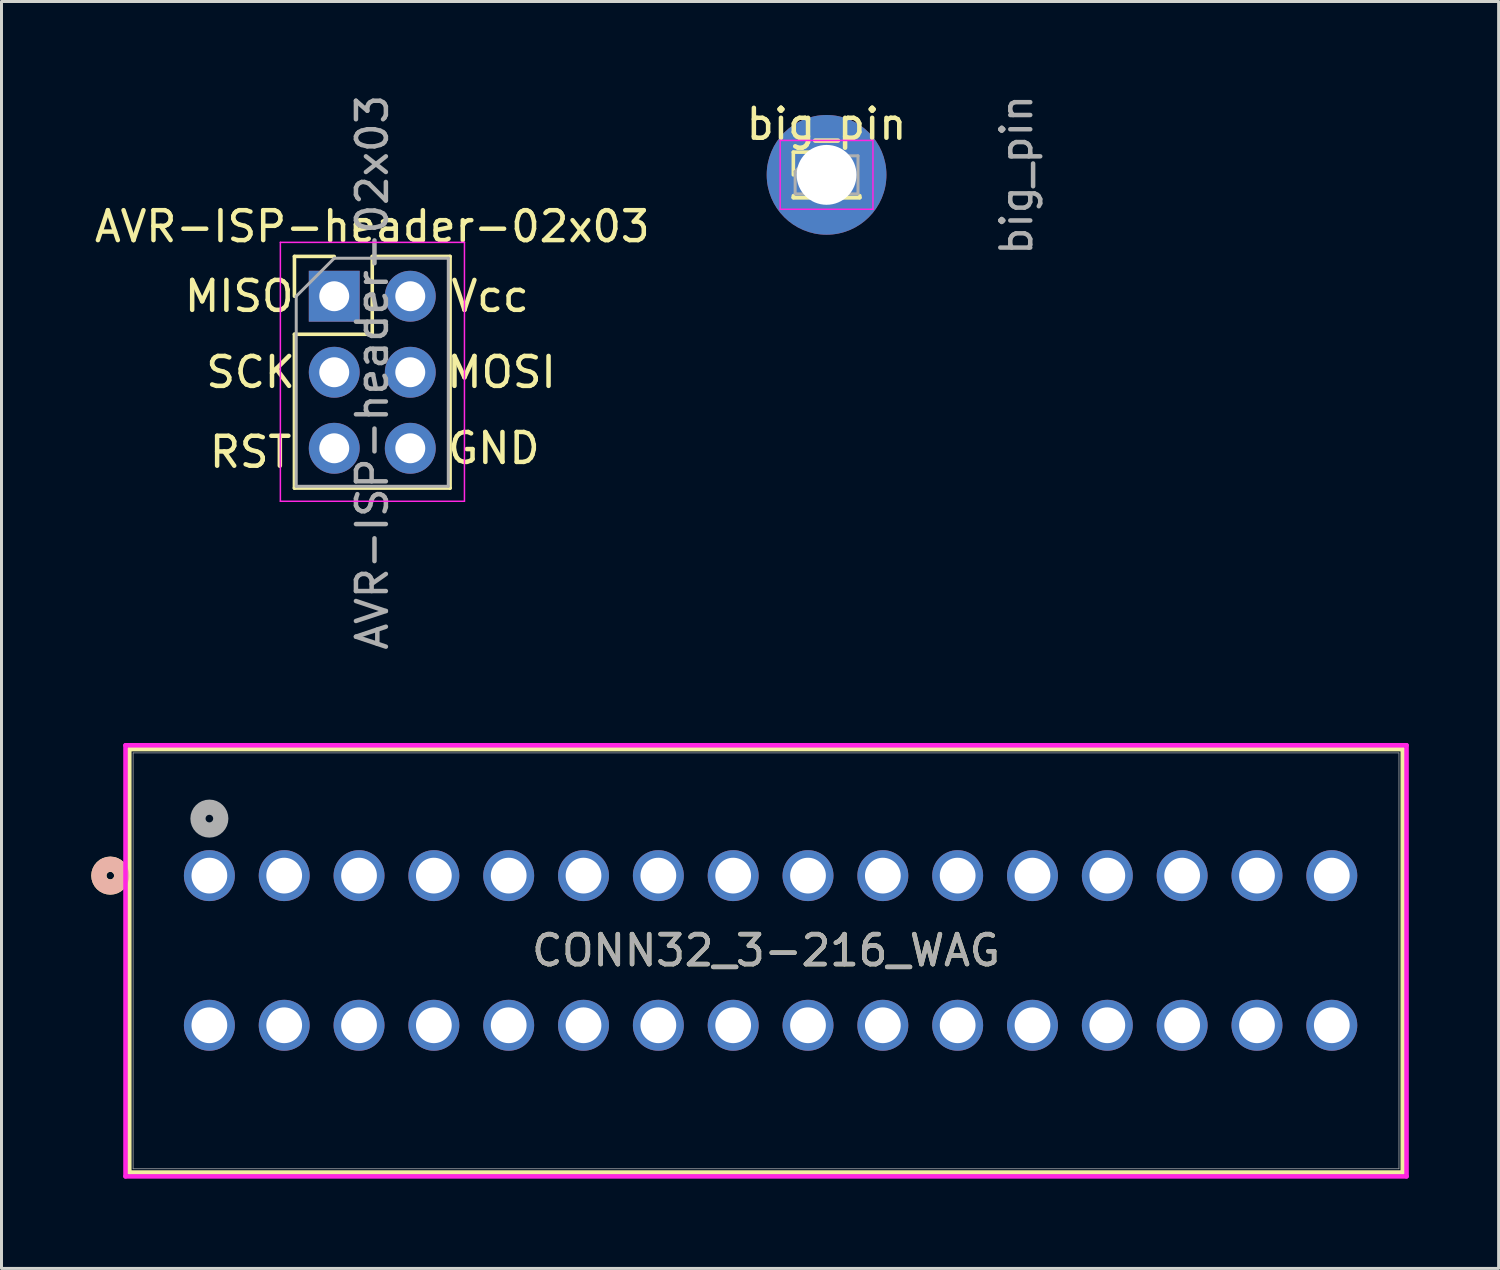
<source format=kicad_pcb>
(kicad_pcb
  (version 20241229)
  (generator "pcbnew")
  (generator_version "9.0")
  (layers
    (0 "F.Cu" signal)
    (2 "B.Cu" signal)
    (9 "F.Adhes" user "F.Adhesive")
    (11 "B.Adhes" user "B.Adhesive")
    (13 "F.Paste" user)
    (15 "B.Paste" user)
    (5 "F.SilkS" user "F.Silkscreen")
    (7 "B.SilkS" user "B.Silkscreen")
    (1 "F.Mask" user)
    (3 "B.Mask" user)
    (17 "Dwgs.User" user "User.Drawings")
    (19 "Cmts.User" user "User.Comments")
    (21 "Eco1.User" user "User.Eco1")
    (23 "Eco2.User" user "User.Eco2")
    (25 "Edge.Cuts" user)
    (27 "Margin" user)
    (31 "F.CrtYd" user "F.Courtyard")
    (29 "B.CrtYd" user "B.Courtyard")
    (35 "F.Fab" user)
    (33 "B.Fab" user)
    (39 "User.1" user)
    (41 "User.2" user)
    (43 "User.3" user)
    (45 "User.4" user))
  (footprint "CONN32_3-216_WAG"
    (layer "F.Cu")
    (at 3.945 26.204)
    (property "Reference" "CONN32_3-216_WAG" (at 18.598 2.5 0) (unlocked yes) (layer "F.SilkS") (effects (font (size 1 1) (thickness 0.15))))
    (attr through_hole)
    (fp_line (start -2.675 -4.227) (end -2.675 9.921) (stroke (width 0.152) (type solid)) (layer "F.SilkS"))
    (fp_line (start -2.675 9.921) (end 39.87 9.921) (stroke (width 0.152) (type solid)) (layer "F.SilkS"))
    (fp_line (start 39.87 -4.227) (end -2.675 -4.227) (stroke (width 0.152) (type solid)) (layer "F.SilkS"))
    (fp_line (start 39.87 9.921) (end 39.87 -4.227) (stroke (width 0.152) (type solid)) (layer "F.SilkS"))
    (fp_circle (center -3.31 0) (end -2.929 0) (stroke (width 0.508) (type solid)) (fill no) (layer "F.SilkS"))
    (fp_circle (center -3.31 0) (end -2.929 0) (stroke (width 0.508) (type solid)) (fill no) (layer "B.SilkS"))
    (fp_line (start -2.802 -4.354) (end -2.802 10.048) (stroke (width 0.152) (type solid)) (layer "F.CrtYd"))
    (fp_line (start -2.802 10.048) (end 39.997 10.048) (stroke (width 0.152) (type solid)) (layer "F.CrtYd"))
    (fp_line (start 39.997 -4.354) (end -2.802 -4.354) (stroke (width 0.152) (type solid)) (layer "F.CrtYd"))
    (fp_line (start 39.997 10.048) (end 39.997 -4.354) (stroke (width 0.152) (type solid)) (layer "F.CrtYd"))
    (fp_line (start -2.548 -4.1) (end -2.548 9.794) (stroke (width 0.025) (type solid)) (layer "F.Fab"))
    (fp_line (start -2.548 9.794) (end 39.743 9.794) (stroke (width 0.025) (type solid)) (layer "F.Fab"))
    (fp_line (start 39.743 -4.1) (end -2.548 -4.1) (stroke (width 0.025) (type solid)) (layer "F.Fab"))
    (fp_line (start 39.743 9.794) (end 39.743 -4.1) (stroke (width 0.025) (type solid)) (layer "F.Fab"))
    (fp_circle (center 0 -1.905) (end 0.381 -1.905) (stroke (width 0.508) (type solid)) (fill no) (layer "F.Fab"))
    (fp_text user "${REFERENCE}" (at 18.598 2.5 0) (unlocked yes) (layer "F.Fab") (effects (font (size 1 1) (thickness 0.15))))
    (pad "1" thru_hole circle (at 0 0) (size 1.702 1.702) (drill 1.194) (layers "*.Cu" "*.Mask"))
    (pad "2" thru_hole circle (at 0 5) (size 1.702 1.702) (drill 1.194) (layers "*.Cu" "*.Mask"))
    (pad "3" thru_hole circle (at 2.5 0) (size 1.702 1.702) (drill 1.194) (layers "*.Cu" "*.Mask"))
    (pad "4" thru_hole circle (at 2.5 5) (size 1.702 1.702) (drill 1.194) (layers "*.Cu" "*.Mask"))
    (pad "5" thru_hole circle (at 5 0) (size 1.702 1.702) (drill 1.194) (layers "*.Cu" "*.Mask"))
    (pad "6" thru_hole circle (at 5 5) (size 1.702 1.702) (drill 1.194) (layers "*.Cu" "*.Mask"))
    (pad "7" thru_hole circle (at 7.5 0) (size 1.702 1.702) (drill 1.194) (layers "*.Cu" "*.Mask"))
    (pad "8" thru_hole circle (at 7.5 5) (size 1.702 1.702) (drill 1.194) (layers "*.Cu" "*.Mask"))
    (pad "9" thru_hole circle (at 10 0) (size 1.702 1.702) (drill 1.194) (layers "*.Cu" "*.Mask"))
    (pad "10" thru_hole circle (at 10 5) (size 1.702 1.702) (drill 1.194) (layers "*.Cu" "*.Mask"))
    (pad "11" thru_hole circle (at 12.5 0) (size 1.702 1.702) (drill 1.194) (layers "*.Cu" "*.Mask"))
    (pad "12" thru_hole circle (at 12.5 5) (size 1.702 1.702) (drill 1.194) (layers "*.Cu" "*.Mask"))
    (pad "13" thru_hole circle (at 15 0) (size 1.702 1.702) (drill 1.194) (layers "*.Cu" "*.Mask"))
    (pad "14" thru_hole circle (at 15 5) (size 1.702 1.702) (drill 1.194) (layers "*.Cu" "*.Mask"))
    (pad "15" thru_hole circle (at 17.5 0) (size 1.702 1.702) (drill 1.194) (layers "*.Cu" "*.Mask"))
    (pad "16" thru_hole circle (at 17.5 5) (size 1.702 1.702) (drill 1.194) (layers "*.Cu" "*.Mask"))
    (pad "17" thru_hole circle (at 20 0) (size 1.702 1.702) (drill 1.194) (layers "*.Cu" "*.Mask"))
    (pad "18" thru_hole circle (at 20 5) (size 1.702 1.702) (drill 1.194) (layers "*.Cu" "*.Mask"))
    (pad "19" thru_hole circle (at 22.5 0) (size 1.702 1.702) (drill 1.194) (layers "*.Cu" "*.Mask"))
    (pad "20" thru_hole circle (at 22.5 5) (size 1.702 1.702) (drill 1.194) (layers "*.Cu" "*.Mask"))
    (pad "21" thru_hole circle (at 25 0) (size 1.702 1.702) (drill 1.194) (layers "*.Cu" "*.Mask"))
    (pad "22" thru_hole circle (at 25 5) (size 1.702 1.702) (drill 1.194) (layers "*.Cu" "*.Mask"))
    (pad "23" thru_hole circle (at 27.5 0) (size 1.702 1.702) (drill 1.194) (layers "*.Cu" "*.Mask"))
    (pad "24" thru_hole circle (at 27.5 5) (size 1.702 1.702) (drill 1.194) (layers "*.Cu" "*.Mask"))
    (pad "25" thru_hole circle (at 30 0) (size 1.702 1.702) (drill 1.194) (layers "*.Cu" "*.Mask"))
    (pad "26" thru_hole circle (at 30 5) (size 1.702 1.702) (drill 1.194) (layers "*.Cu" "*.Mask"))
    (pad "27" thru_hole circle (at 32.5 0) (size 1.702 1.702) (drill 1.194) (layers "*.Cu" "*.Mask"))
    (pad "28" thru_hole circle (at 32.5 5) (size 1.702 1.702) (drill 1.194) (layers "*.Cu" "*.Mask"))
    (pad "29" thru_hole circle (at 35 0) (size 1.702 1.702) (drill 1.194) (layers "*.Cu" "*.Mask"))
    (pad "30" thru_hole circle (at 35 5) (size 1.702 1.702) (drill 1.194) (layers "*.Cu" "*.Mask"))
    (pad "31" thru_hole circle (at 37.5 0) (size 1.702 1.702) (drill 1.194) (layers "*.Cu" "*.Mask"))
    (pad "32" thru_hole circle (at 37.5 5) (size 1.702 1.702) (drill 1.194) (layers "*.Cu" "*.Mask")))
  (footprint "AVR-ISP-header-02x03"
    (layer "F.Cu")
    (at 8.117 6.847)
    (property "Reference" "AVR-ISP-header-02x03" (at 1.27 -2.33 0) (layer "F.SilkS") (effects (font (size 1 1) (thickness 0.15))))
    (attr through_hole)
    (fp_line (start -1.33 -1.33) (end 0 -1.33) (stroke (width 0.12) (type solid)) (layer "F.SilkS"))
    (fp_line (start -1.33 0) (end -1.33 -1.33) (stroke (width 0.12) (type solid)) (layer "F.SilkS"))
    (fp_line (start -1.33 1.27) (end -1.33 6.41) (stroke (width 0.12) (type solid)) (layer "F.SilkS"))
    (fp_line (start -1.33 1.27) (end 1.27 1.27) (stroke (width 0.12) (type solid)) (layer "F.SilkS"))
    (fp_line (start -1.33 6.41) (end 3.87 6.41) (stroke (width 0.12) (type solid)) (layer "F.SilkS"))
    (fp_line (start 1.27 -1.33) (end 3.87 -1.33) (stroke (width 0.12) (type solid)) (layer "F.SilkS"))
    (fp_line (start 1.27 1.27) (end 1.27 -1.33) (stroke (width 0.12) (type solid)) (layer "F.SilkS"))
    (fp_line (start 3.87 -1.33) (end 3.87 6.41) (stroke (width 0.12) (type solid)) (layer "F.SilkS"))
    (fp_line (start -1.8 -1.8) (end -1.8 6.85) (stroke (width 0.05) (type solid)) (layer "F.CrtYd"))
    (fp_line (start -1.8 6.85) (end 4.35 6.85) (stroke (width 0.05) (type solid)) (layer "F.CrtYd"))
    (fp_line (start 4.35 -1.8) (end -1.8 -1.8) (stroke (width 0.05) (type solid)) (layer "F.CrtYd"))
    (fp_line (start 4.35 6.85) (end 4.35 -1.8) (stroke (width 0.05) (type solid)) (layer "F.CrtYd"))
    (fp_line (start -1.27 0) (end 0 -1.27) (stroke (width 0.1) (type solid)) (layer "F.Fab"))
    (fp_line (start -1.27 6.35) (end -1.27 0) (stroke (width 0.1) (type solid)) (layer "F.Fab"))
    (fp_line (start 0 -1.27) (end 3.81 -1.27) (stroke (width 0.1) (type solid)) (layer "F.Fab"))
    (fp_line (start 3.81 -1.27) (end 3.81 6.35) (stroke (width 0.1) (type solid)) (layer "F.Fab"))
    (fp_line (start 3.81 6.35) (end -1.27 6.35) (stroke (width 0.1) (type solid)) (layer "F.Fab"))
    (fp_text user "GND" (at 5.334 5.08 0) (unlocked yes) (layer "F.SilkS") (effects (font (size 1 1) (thickness 0.15))))
    (fp_text user "Vcc" (at 5.207 0 0) (unlocked yes) (layer "F.SilkS") (effects (font (size 1 1) (thickness 0.15))))
    (fp_text user "SCK" (at -2.794 2.54 0) (unlocked yes) (layer "F.SilkS") (effects (font (size 1 1) (thickness 0.15))))
    (fp_text user "MOSI" (at 5.588 2.54 0) (unlocked yes) (layer "F.SilkS") (effects (font (size 1 1) (thickness 0.15))))
    (fp_text user "RST" (at -2.794 5.207 0) (unlocked yes) (layer "F.SilkS") (effects (font (size 1 1) (thickness 0.15))))
    (fp_text user "MISO" (at -3.175 0 0) (unlocked yes) (layer "F.SilkS") (effects (font (size 1 1) (thickness 0.15))))
    (fp_text user "${REFERENCE}" (at 1.27 2.54 90) (layer "F.Fab") (effects (font (size 1 1) (thickness 0.15))))
    (pad "1" thru_hole rect (at 0 0) (size 1.7 1.7) (drill 1) (layers "*.Cu" "*.Mask"))
    (pad "2" thru_hole oval (at 2.54 0) (size 1.7 1.7) (drill 1) (layers "*.Cu" "*.Mask"))
    (pad "3" thru_hole oval (at 0 2.54) (size 1.7 1.7) (drill 1) (layers "*.Cu" "*.Mask"))
    (pad "4" thru_hole oval (at 2.54 2.54) (size 1.7 1.7) (drill 1) (layers "*.Cu" "*.Mask"))
    (pad "5" thru_hole oval (at 0 5.08) (size 1.7 1.7) (drill 1) (layers "*.Cu" "*.Mask"))
    (pad "6" thru_hole oval (at 2.54 5.08) (size 1.7 1.7) (drill 1) (layers "*.Cu" "*.Mask")))
  (footprint "big_pin"
    (layer "F.Cu")
    (at 24.565 2.792)
    (property "Reference" "big_pin" (at 0 -1.695 0) (layer "F.SilkS") (effects (font (size 1 1) (thickness 0.15))))
    (attr through_hole)
    (fp_line (start -1.11 -0.76) (end 0 -0.76) (stroke (width 0.12) (type solid)) (layer "F.SilkS"))
    (fp_line (start -1.11 0) (end -1.11 -0.76) (stroke (width 0.12) (type solid)) (layer "F.SilkS"))
    (fp_line (start -1.11 0.76) (end -1.11 0.695) (stroke (width 0.12) (type solid)) (layer "F.SilkS"))
    (fp_line (start -1.11 0.76) (end -0.563 0.76) (stroke (width 0.12) (type solid)) (layer "F.SilkS"))
    (fp_line (start -1.11 0.76) (end 1.11 0.76) (stroke (width 0.12) (type solid)) (layer "F.SilkS"))
    (fp_line (start 0.563 0.76) (end 1.11 0.76) (stroke (width 0.12) (type solid)) (layer "F.SilkS"))
    (fp_line (start 1.11 0.76) (end 1.11 0.695) (stroke (width 0.12) (type solid)) (layer "F.SilkS"))
    (fp_line (start -1.55 -1.15) (end -1.55 1.15) (stroke (width 0.05) (type solid)) (layer "F.CrtYd"))
    (fp_line (start -1.55 1.15) (end 1.55 1.15) (stroke (width 0.05) (type solid)) (layer "F.CrtYd"))
    (fp_line (start 1.55 -1.15) (end -1.55 -1.15) (stroke (width 0.05) (type solid)) (layer "F.CrtYd"))
    (fp_line (start 1.55 1.15) (end 1.55 -1.15) (stroke (width 0.05) (type solid)) (layer "F.CrtYd"))
    (fp_line (start -1.05 -0.11) (end -0.525 -0.635) (stroke (width 0.1) (type solid)) (layer "F.Fab"))
    (fp_line (start -1.05 0.635) (end -1.05 -0.11) (stroke (width 0.1) (type solid)) (layer "F.Fab"))
    (fp_line (start -0.525 -0.635) (end 1.05 -0.635) (stroke (width 0.1) (type solid)) (layer "F.Fab"))
    (fp_line (start 1.05 -0.635) (end 1.05 0.635) (stroke (width 0.1) (type solid)) (layer "F.Fab"))
    (fp_line (start 1.05 0.635) (end -1.05 0.635) (stroke (width 0.1) (type solid)) (layer "F.Fab"))
    (fp_text user "${REFERENCE}" (at 6.35 0 90) (layer "F.Fab") (effects (font (size 1 1) (thickness 0.15))))
    (pad "1" thru_hole circle (at 0 0) (size 4 4) (drill 2) (layers "*.Cu" "*.Mask")))
  (gr_rect
    (start -3 -3)
    (end 47.018 39.328)
    (stroke (width 0.1) (type default))
    (fill no)
    (layer "Edge.Cuts")))
</source>
